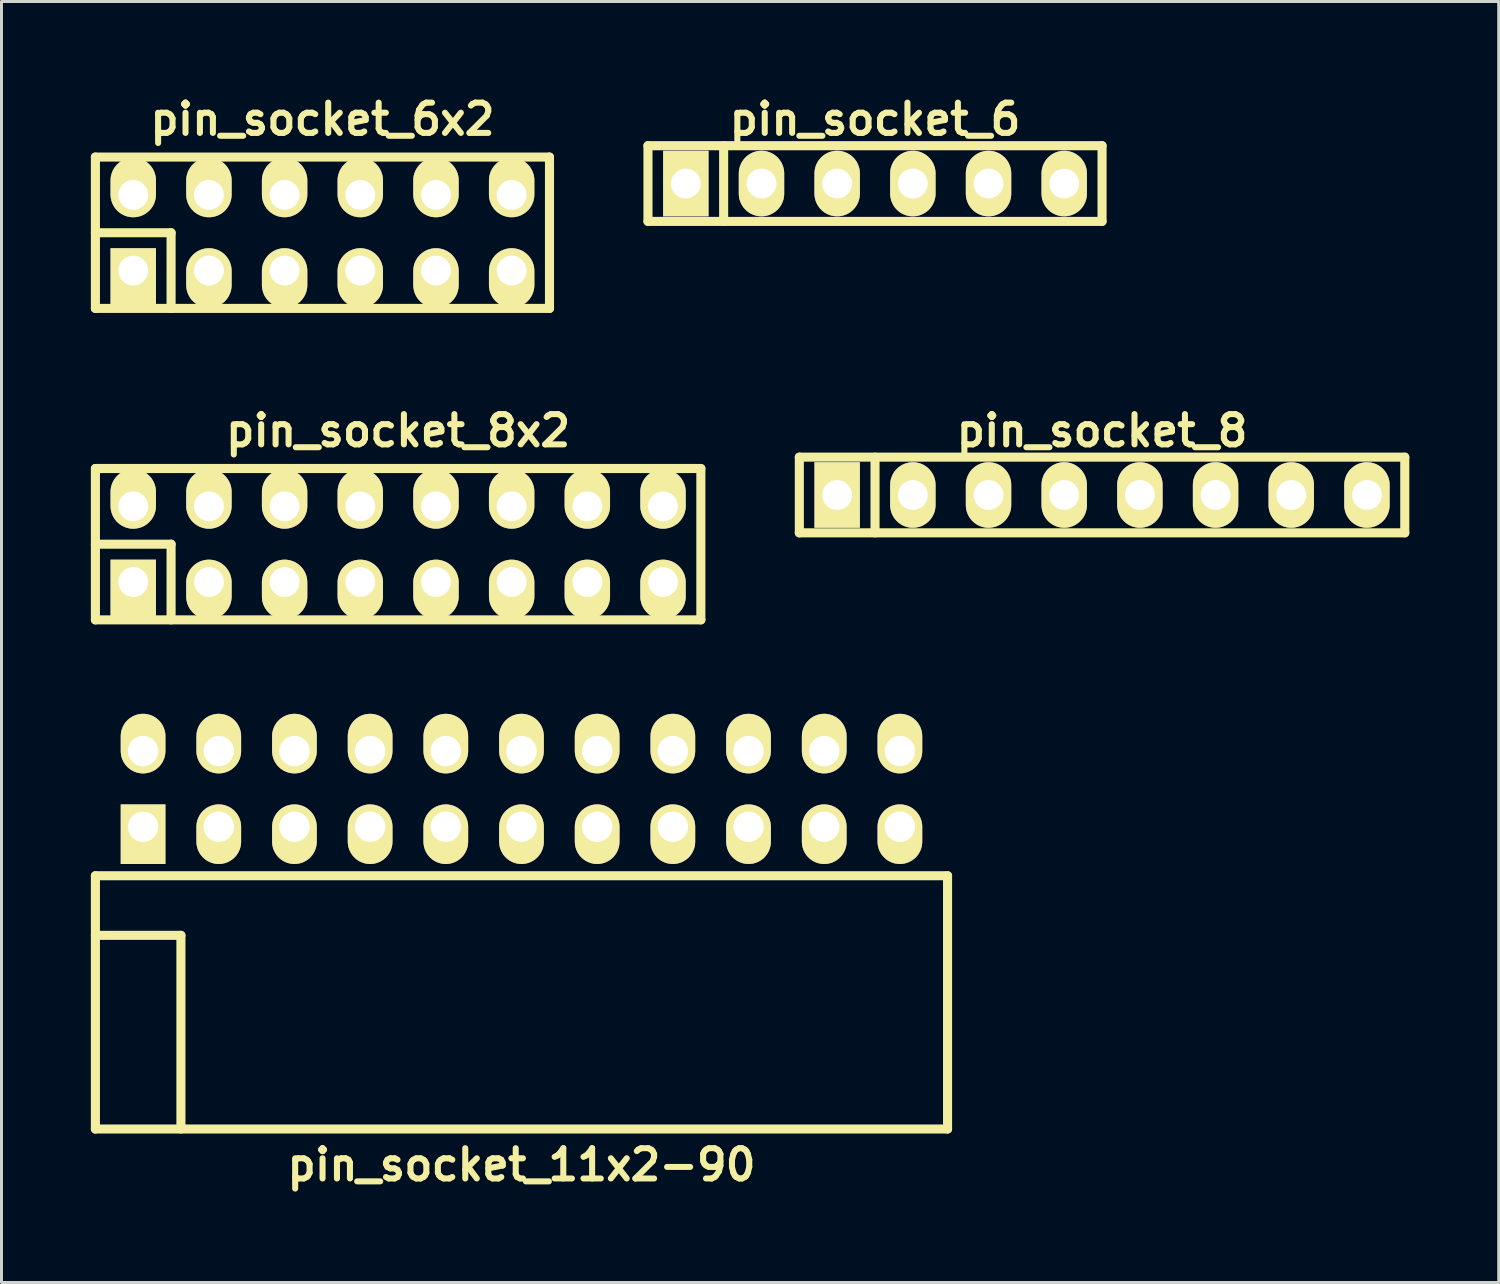
<source format=kicad_pcb>
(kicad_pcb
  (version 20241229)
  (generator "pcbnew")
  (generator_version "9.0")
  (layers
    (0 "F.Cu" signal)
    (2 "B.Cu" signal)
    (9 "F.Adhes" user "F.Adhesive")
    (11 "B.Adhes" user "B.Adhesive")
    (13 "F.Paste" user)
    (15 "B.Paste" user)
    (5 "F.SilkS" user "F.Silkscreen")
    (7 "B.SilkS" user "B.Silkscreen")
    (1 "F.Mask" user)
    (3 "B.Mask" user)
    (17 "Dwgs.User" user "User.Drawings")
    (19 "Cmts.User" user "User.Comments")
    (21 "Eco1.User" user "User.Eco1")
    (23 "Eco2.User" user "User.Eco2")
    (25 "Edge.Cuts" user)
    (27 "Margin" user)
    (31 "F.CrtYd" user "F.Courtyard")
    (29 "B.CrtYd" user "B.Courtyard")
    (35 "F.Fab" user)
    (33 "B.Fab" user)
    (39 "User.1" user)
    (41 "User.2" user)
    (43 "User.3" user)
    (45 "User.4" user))
  (footprint "pin_socket_11x2-90"
    (layer "F.Cu")
    (at 14.452 28.342)
    (property "Reference" "pin_socket_11x2-90" (at 0 7.7 0) (layer "F.SilkS") (effects (font (size 1.016 1.016) (thickness 0.203))))
    (attr through_hole)
    (fp_line (start -14.3 -2) (end -14.3 6.5) (stroke (width 0.305) (type solid)) (layer "F.SilkS"))
    (fp_line (start -14.3 -2) (end 14.3 -2) (stroke (width 0.305) (type solid)) (layer "F.SilkS"))
    (fp_line (start -14.3 0) (end -11.43 0) (stroke (width 0.305) (type solid)) (layer "F.SilkS"))
    (fp_line (start -14.3 6.5) (end 14.3 6.5) (stroke (width 0.305) (type solid)) (layer "F.SilkS"))
    (fp_line (start -11.43 0) (end -11.43 6.5) (stroke (width 0.305) (type solid)) (layer "F.SilkS"))
    (fp_line (start 14.3 -2) (end 14.3 6.5) (stroke (width 0.305) (type solid)) (layer "F.SilkS"))
    (pad "1" thru_hole rect (at -12.7 -3.645) (size 1.5 2) (drill 1.02 (offset 0 0.25)) (layers "*.Cu" "*.Mask" "F.SilkS"))
    (pad "2" thru_hole oval (at -12.7 -6.185) (size 1.5 2) (drill 1.02 (offset 0 -0.25)) (layers "*.Cu" "*.Mask" "F.SilkS"))
    (pad "3" thru_hole oval (at -10.16 -3.645) (size 1.5 2) (drill 1.02 (offset 0 0.25)) (layers "*.Cu" "*.Mask" "F.SilkS"))
    (pad "4" thru_hole oval (at -10.16 -6.185) (size 1.5 2) (drill 1.02 (offset 0 -0.25)) (layers "*.Cu" "*.Mask" "F.SilkS"))
    (pad "5" thru_hole oval (at -7.62 -3.645) (size 1.5 2) (drill 1.02 (offset 0 0.25)) (layers "*.Cu" "*.Mask" "F.SilkS"))
    (pad "6" thru_hole oval (at -7.62 -6.185) (size 1.5 2) (drill 1.02 (offset 0 -0.25)) (layers "*.Cu" "*.Mask" "F.SilkS"))
    (pad "7" thru_hole oval (at -5.08 -3.645) (size 1.5 2) (drill 1.02 (offset 0 0.25)) (layers "*.Cu" "*.Mask" "F.SilkS"))
    (pad "8" thru_hole oval (at -5.08 -6.185) (size 1.5 2) (drill 1.02 (offset 0 -0.25)) (layers "*.Cu" "*.Mask" "F.SilkS"))
    (pad "9" thru_hole oval (at -2.54 -3.645) (size 1.5 2) (drill 1.02 (offset 0 0.25)) (layers "*.Cu" "*.Mask" "F.SilkS"))
    (pad "10" thru_hole oval (at -2.54 -6.185) (size 1.5 2) (drill 1.02 (offset 0 -0.25)) (layers "*.Cu" "*.Mask" "F.SilkS"))
    (pad "11" thru_hole oval (at 0 -3.645) (size 1.5 2) (drill 1.02 (offset 0 0.25)) (layers "*.Cu" "*.Mask" "F.SilkS"))
    (pad "12" thru_hole oval (at 0 -6.185) (size 1.5 2) (drill 1.02 (offset 0 -0.25)) (layers "*.Cu" "*.Mask" "F.SilkS"))
    (pad "13" thru_hole oval (at 2.54 -3.645) (size 1.5 2) (drill 1.02 (offset 0 0.25)) (layers "*.Cu" "*.Mask" "F.SilkS"))
    (pad "14" thru_hole oval (at 2.54 -6.185) (size 1.5 2) (drill 1.02 (offset 0 -0.25)) (layers "*.Cu" "*.Mask" "F.SilkS"))
    (pad "15" thru_hole oval (at 5.08 -3.645) (size 1.5 2) (drill 1.02 (offset 0 0.25)) (layers "*.Cu" "*.Mask" "F.SilkS"))
    (pad "16" thru_hole oval (at 5.08 -6.185) (size 1.5 2) (drill 1.02 (offset 0 -0.25)) (layers "*.Cu" "*.Mask" "F.SilkS"))
    (pad "17" thru_hole oval (at 7.62 -3.645) (size 1.5 2) (drill 1.02 (offset 0 0.25)) (layers "*.Cu" "*.Mask" "F.SilkS"))
    (pad "18" thru_hole oval (at 7.62 -6.185) (size 1.5 2) (drill 1.02 (offset 0 -0.25)) (layers "*.Cu" "*.Mask" "F.SilkS"))
    (pad "19" thru_hole oval (at 10.16 -3.645) (size 1.5 2) (drill 1.02 (offset 0 0.25)) (layers "*.Cu" "*.Mask" "F.SilkS"))
    (pad "20" thru_hole oval (at 10.16 -6.185) (size 1.5 2) (drill 1.02 (offset 0 -0.25)) (layers "*.Cu" "*.Mask" "F.SilkS"))
    (pad "21" thru_hole oval (at 12.7 -3.645) (size 1.5 2) (drill 1.02 (offset 0 0.25)) (layers "*.Cu" "*.Mask" "F.SilkS"))
    (pad "22" thru_hole oval (at 12.7 -6.185) (size 1.5 2) (drill 1.02 (offset 0 -0.25)) (layers "*.Cu" "*.Mask" "F.SilkS")))
  (footprint "pin_socket_8x2"
    (layer "F.Cu")
    (at 10.312 15.214)
    (property "Reference" "pin_socket_8x2" (at 0 -3.81 0) (layer "F.SilkS") (effects (font (size 1.016 1.016) (thickness 0.203))))
    (attr through_hole)
    (fp_line (start -10.16 -2.54) (end -10.16 2.54) (stroke (width 0.305) (type solid)) (layer "F.SilkS"))
    (fp_line (start -10.16 -2.54) (end 10.16 -2.54) (stroke (width 0.305) (type solid)) (layer "F.SilkS"))
    (fp_line (start -10.16 0) (end -7.62 0) (stroke (width 0.305) (type solid)) (layer "F.SilkS"))
    (fp_line (start -7.62 0) (end -7.62 2.54) (stroke (width 0.305) (type solid)) (layer "F.SilkS"))
    (fp_line (start 10.16 -2.54) (end 10.16 2.54) (stroke (width 0.305) (type solid)) (layer "F.SilkS"))
    (fp_line (start 10.16 2.54) (end -10.16 2.54) (stroke (width 0.305) (type solid)) (layer "F.SilkS"))
    (pad "1" thru_hole rect (at -8.89 1.27) (size 1.524 1.999) (drill 1.001 (offset 0 0.249)) (layers "*.Cu" "*.Mask" "F.SilkS"))
    (pad "2" thru_hole oval (at -8.89 -1.27) (size 1.524 1.999) (drill 1.001 (offset 0 -0.249)) (layers "*.Cu" "*.Mask" "F.SilkS"))
    (pad "3" thru_hole oval (at -6.35 1.27) (size 1.524 1.999) (drill 1.001 (offset 0 0.249)) (layers "*.Cu" "*.Mask" "F.SilkS"))
    (pad "4" thru_hole oval (at -6.35 -1.27) (size 1.524 1.999) (drill 1.001 (offset 0 -0.249)) (layers "*.Cu" "*.Mask" "F.SilkS"))
    (pad "5" thru_hole oval (at -3.81 1.27) (size 1.524 1.999) (drill 1.001 (offset 0 0.249)) (layers "*.Cu" "*.Mask" "F.SilkS"))
    (pad "6" thru_hole oval (at -3.81 -1.27) (size 1.524 1.999) (drill 1.001 (offset 0 -0.249)) (layers "*.Cu" "*.Mask" "F.SilkS"))
    (pad "7" thru_hole oval (at -1.27 1.27) (size 1.524 1.999) (drill 1.001 (offset 0 0.249)) (layers "*.Cu" "*.Mask" "F.SilkS"))
    (pad "8" thru_hole oval (at -1.27 -1.27) (size 1.524 1.999) (drill 1.001 (offset 0 -0.249)) (layers "*.Cu" "*.Mask" "F.SilkS"))
    (pad "9" thru_hole oval (at 1.27 1.27) (size 1.524 1.999) (drill 1.001 (offset 0 0.249)) (layers "*.Cu" "*.Mask" "F.SilkS"))
    (pad "10" thru_hole oval (at 1.27 -1.27) (size 1.524 1.999) (drill 1.001 (offset 0 -0.249)) (layers "*.Cu" "*.Mask" "F.SilkS"))
    (pad "11" thru_hole oval (at 3.81 1.27) (size 1.524 1.999) (drill 1.001 (offset 0 0.249)) (layers "*.Cu" "*.Mask" "F.SilkS"))
    (pad "12" thru_hole oval (at 3.81 -1.27) (size 1.524 1.999) (drill 1.001 (offset 0 -0.249)) (layers "*.Cu" "*.Mask" "F.SilkS"))
    (pad "13" thru_hole oval (at 6.35 1.27) (size 1.524 1.999) (drill 1.001 (offset 0 0.249)) (layers "*.Cu" "*.Mask" "F.SilkS"))
    (pad "14" thru_hole oval (at 6.35 -1.27) (size 1.524 1.999) (drill 1.001 (offset 0 -0.249)) (layers "*.Cu" "*.Mask" "F.SilkS"))
    (pad "15" thru_hole oval (at 8.89 1.27) (size 1.524 1.999) (drill 1.001 (offset 0 0.249)) (layers "*.Cu" "*.Mask" "F.SilkS"))
    (pad "16" thru_hole oval (at 8.89 -1.27) (size 1.524 1.999) (drill 1.001 (offset 0 -0.249)) (layers "*.Cu" "*.Mask" "F.SilkS")))
  (footprint "pin_socket_6"
    (layer "F.Cu")
    (at 26.317 3.11)
    (property "Reference" "pin_socket_6" (at 0 -2.159 0) (layer "F.SilkS") (effects (font (size 1.016 1.016) (thickness 0.203))))
    (attr through_hole)
    (fp_line (start -7.62 -1.27) (end 7.62 -1.27) (stroke (width 0.305) (type solid)) (layer "F.SilkS"))
    (fp_line (start -7.62 1.27) (end -7.62 -1.27) (stroke (width 0.305) (type solid)) (layer "F.SilkS"))
    (fp_line (start -5.08 -1.27) (end -5.08 1.27) (stroke (width 0.305) (type solid)) (layer "F.SilkS"))
    (fp_line (start 7.62 -1.27) (end 7.62 1.27) (stroke (width 0.305) (type solid)) (layer "F.SilkS"))
    (fp_line (start 7.62 1.27) (end -7.62 1.27) (stroke (width 0.305) (type solid)) (layer "F.SilkS"))
    (pad "1" thru_hole rect (at -6.35 0) (size 1.524 2.2) (drill 1.001) (layers "*.Cu" "*.Mask" "F.SilkS"))
    (pad "2" thru_hole oval (at -3.81 0) (size 1.524 2.2) (drill 1.001) (layers "*.Cu" "*.Mask" "F.SilkS"))
    (pad "3" thru_hole oval (at -1.27 0) (size 1.524 2.2) (drill 1.001) (layers "*.Cu" "*.Mask" "F.SilkS"))
    (pad "4" thru_hole oval (at 1.27 0) (size 1.524 2.2) (drill 1.001) (layers "*.Cu" "*.Mask" "F.SilkS"))
    (pad "5" thru_hole oval (at 3.81 0) (size 1.524 2.2) (drill 1.001) (layers "*.Cu" "*.Mask" "F.SilkS"))
    (pad "6" thru_hole oval (at 6.35 0) (size 1.524 2.2) (drill 1.001) (layers "*.Cu" "*.Mask" "F.SilkS")))
  (footprint "pin_socket_6x2"
    (layer "F.Cu")
    (at 7.772 4.761)
    (property "Reference" "pin_socket_6x2" (at 0 -3.81 0) (layer "F.SilkS") (effects (font (size 1.016 1.016) (thickness 0.203))))
    (attr through_hole)
    (fp_line (start -7.62 -2.54) (end -7.62 2.54) (stroke (width 0.305) (type solid)) (layer "F.SilkS"))
    (fp_line (start -7.62 -2.54) (end 7.62 -2.54) (stroke (width 0.305) (type solid)) (layer "F.SilkS"))
    (fp_line (start -7.62 0) (end -5.08 0) (stroke (width 0.305) (type solid)) (layer "F.SilkS"))
    (fp_line (start -5.08 0) (end -5.08 2.54) (stroke (width 0.305) (type solid)) (layer "F.SilkS"))
    (fp_line (start 7.62 -2.54) (end 7.62 2.54) (stroke (width 0.305) (type solid)) (layer "F.SilkS"))
    (fp_line (start 7.62 2.54) (end -7.62 2.54) (stroke (width 0.305) (type solid)) (layer "F.SilkS"))
    (pad "1" thru_hole rect (at -6.35 1.27) (size 1.524 1.999) (drill 1.001 (offset 0 0.249)) (layers "*.Cu" "*.Mask" "F.SilkS"))
    (pad "2" thru_hole oval (at -6.35 -1.27) (size 1.524 1.999) (drill 1.001 (offset 0 -0.249)) (layers "*.Cu" "*.Mask" "F.SilkS"))
    (pad "3" thru_hole oval (at -3.81 1.27) (size 1.524 1.999) (drill 1.001 (offset 0 0.249)) (layers "*.Cu" "*.Mask" "F.SilkS"))
    (pad "4" thru_hole oval (at -3.81 -1.27) (size 1.524 1.999) (drill 1.001 (offset 0 -0.249)) (layers "*.Cu" "*.Mask" "F.SilkS"))
    (pad "5" thru_hole oval (at -1.27 1.27) (size 1.524 1.999) (drill 1.001 (offset 0 0.249)) (layers "*.Cu" "*.Mask" "F.SilkS"))
    (pad "6" thru_hole oval (at -1.27 -1.27) (size 1.524 1.999) (drill 1.001 (offset 0 -0.249)) (layers "*.Cu" "*.Mask" "F.SilkS"))
    (pad "7" thru_hole oval (at 1.27 1.27) (size 1.524 1.999) (drill 1.001 (offset 0 0.249)) (layers "*.Cu" "*.Mask" "F.SilkS"))
    (pad "8" thru_hole oval (at 1.27 -1.27) (size 1.524 1.999) (drill 1.001 (offset 0 -0.249)) (layers "*.Cu" "*.Mask" "F.SilkS"))
    (pad "9" thru_hole oval (at 3.81 1.27) (size 1.524 1.999) (drill 1.001 (offset 0 0.249)) (layers "*.Cu" "*.Mask" "F.SilkS"))
    (pad "10" thru_hole oval (at 3.81 -1.27) (size 1.524 1.999) (drill 1.001 (offset 0 -0.249)) (layers "*.Cu" "*.Mask" "F.SilkS"))
    (pad "11" thru_hole oval (at 6.35 1.27) (size 1.524 1.999) (drill 1.001 (offset 0 0.249)) (layers "*.Cu" "*.Mask" "F.SilkS"))
    (pad "12" thru_hole oval (at 6.35 -1.27) (size 1.524 1.999) (drill 1.001 (offset 0 -0.249)) (layers "*.Cu" "*.Mask" "F.SilkS")))
  (footprint "pin_socket_8"
    (layer "F.Cu")
    (at 33.937 13.563)
    (property "Reference" "pin_socket_8" (at 0 -2.159 0) (layer "F.SilkS") (effects (font (size 1.016 1.016) (thickness 0.203))))
    (attr through_hole)
    (fp_line (start -10.16 -1.27) (end 10.16 -1.27) (stroke (width 0.305) (type solid)) (layer "F.SilkS"))
    (fp_line (start -10.16 1.27) (end -10.16 -1.27) (stroke (width 0.305) (type solid)) (layer "F.SilkS"))
    (fp_line (start -7.62 -1.27) (end -7.62 1.27) (stroke (width 0.305) (type solid)) (layer "F.SilkS"))
    (fp_line (start 10.16 -1.27) (end 10.16 1.27) (stroke (width 0.305) (type solid)) (layer "F.SilkS"))
    (fp_line (start 10.16 1.27) (end -10.16 1.27) (stroke (width 0.305) (type solid)) (layer "F.SilkS"))
    (pad "1" thru_hole rect (at -8.89 0) (size 1.524 2.2) (drill 1.001) (layers "*.Cu" "*.Mask" "F.SilkS"))
    (pad "2" thru_hole oval (at -6.35 0) (size 1.524 2.2) (drill 1.001) (layers "*.Cu" "*.Mask" "F.SilkS"))
    (pad "3" thru_hole oval (at -3.81 0) (size 1.524 2.2) (drill 1.001) (layers "*.Cu" "*.Mask" "F.SilkS"))
    (pad "4" thru_hole oval (at -1.27 0) (size 1.524 2.2) (drill 1.001) (layers "*.Cu" "*.Mask" "F.SilkS"))
    (pad "5" thru_hole oval (at 1.27 0) (size 1.524 2.2) (drill 1.001) (layers "*.Cu" "*.Mask" "F.SilkS"))
    (pad "6" thru_hole oval (at 3.81 0) (size 1.524 2.2) (drill 1.001) (layers "*.Cu" "*.Mask" "F.SilkS"))
    (pad "7" thru_hole oval (at 6.35 0) (size 1.524 2.2) (drill 1.001) (layers "*.Cu" "*.Mask" "F.SilkS"))
    (pad "8" thru_hole oval (at 8.89 0) (size 1.524 2.2) (drill 1.001) (layers "*.Cu" "*.Mask" "F.SilkS")))
  (gr_rect
    (start -3 -3)
    (end 47.25 39.993)
    (stroke (width 0.1) (type default))
    (fill no)
    (layer "Edge.Cuts")))
</source>
